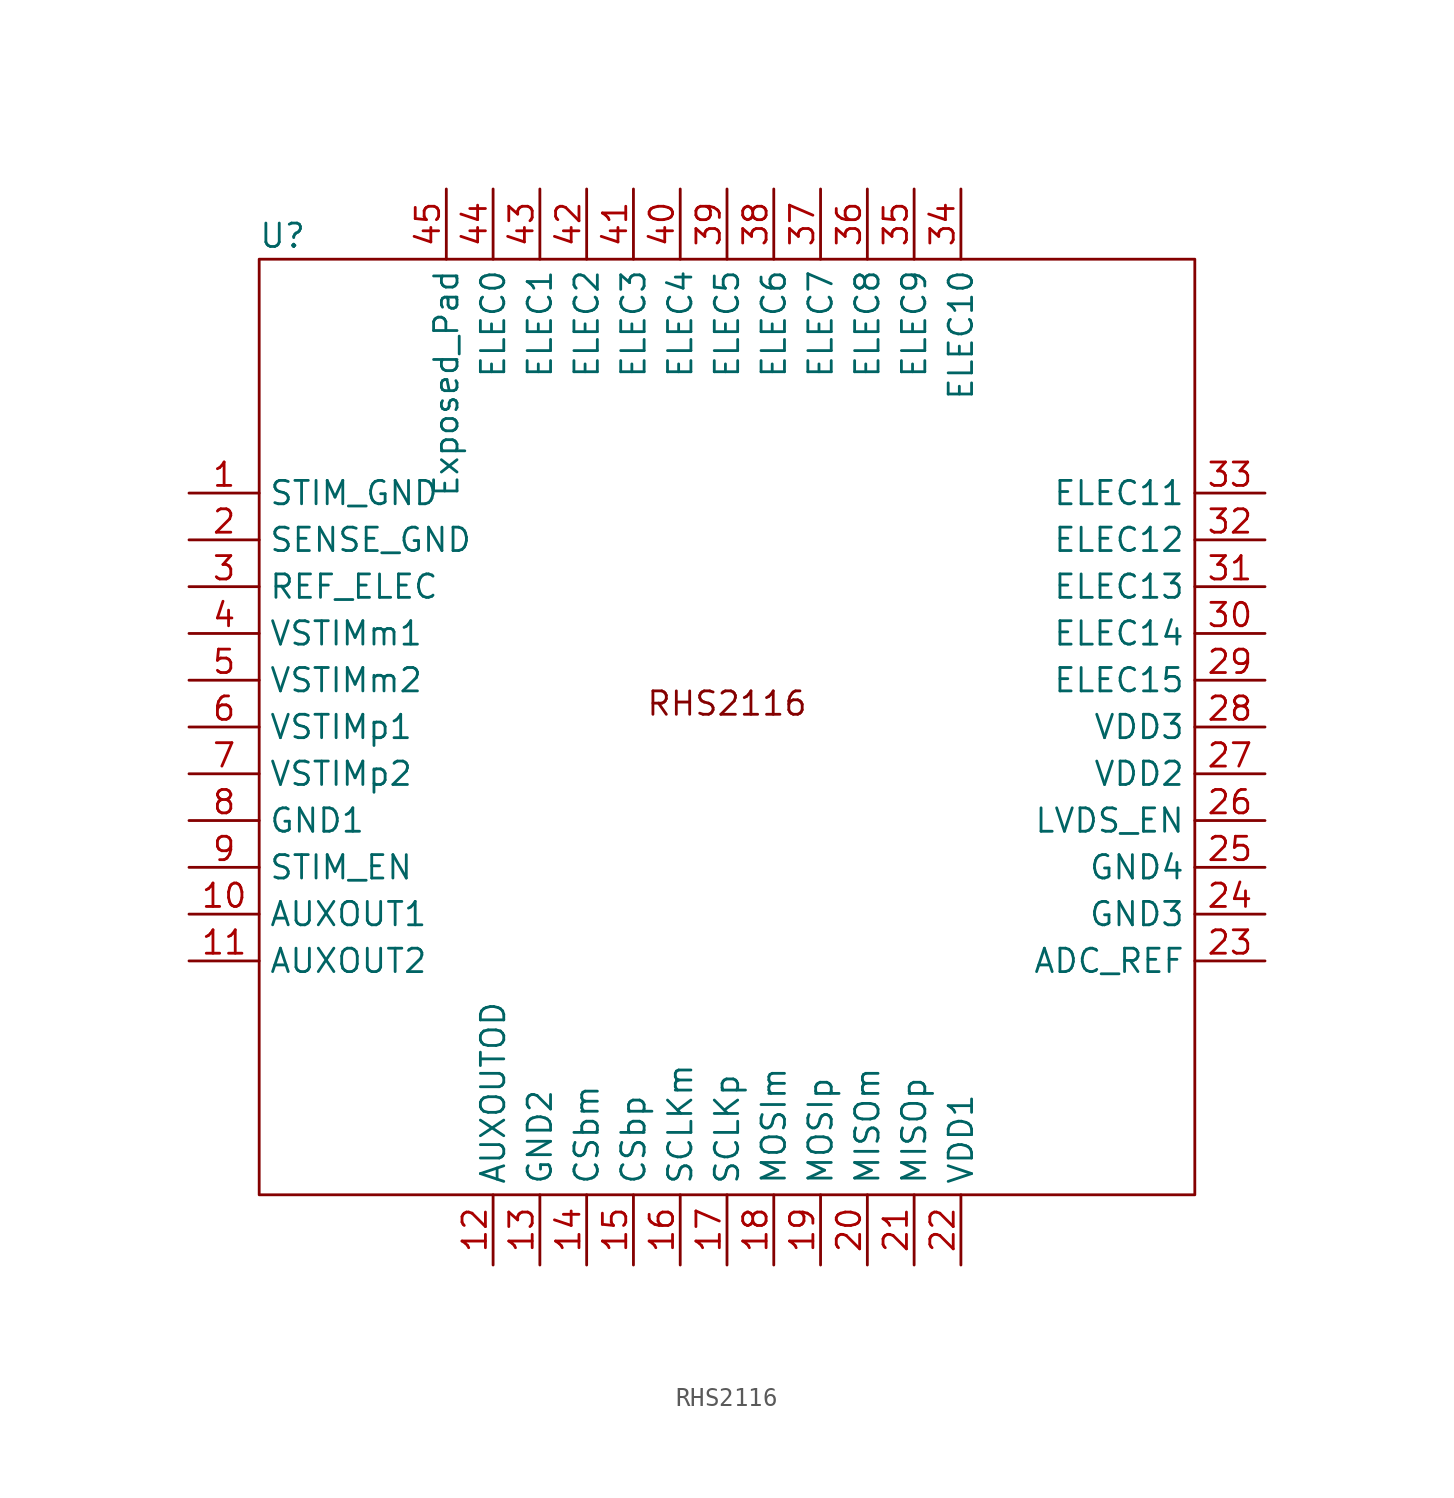
<source format=kicad_sym>
(kicad_symbol_lib
  (version 20231120)
  (generator "kicad_symbol_editor")
  (generator_version "8.0")
  (symbol "RHS2116"
    (property "Reference" "U"
      (at 1.27 13.97 0)
      (effects (font (size 1.27 1.27))))
    (property "Value" ""
      (at 0 0 0)
      (effects (font (size 1.27 1.27))))
    (symbol "RHS2116_0_1"
      (rectangle (start 0 12.7) (end 50.8 -38.1) (stroke (width 0) (type default)) (fill (type none))))
    (symbol "RHS2116_1_1"
      (text "RHS2116" (at 25.4 -11.43 0) (effects (font (size 1.27 1.27))))
      (pin power_in line (at -3.81 0 0) (length 3.81) (name "STIM_GND" (effects (font (size 1.27 1.27)))) (number "1" (effects (font (size 1.27 1.27)))))
      (pin output line (at -3.81 -22.86 0) (length 3.81) (name "AUXOUT1" (effects (font (size 1.27 1.27)))) (number "10" (effects (font (size 1.27 1.27)))))
      (pin output line (at -3.81 -25.4 0) (length 3.81) (name "AUXOUT2" (effects (font (size 1.27 1.27)))) (number "11" (effects (font (size 1.27 1.27)))))
      (pin output line (at 12.7 -41.91 90) (length 3.81) (name "AUXOUTOD" (effects (font (size 1.27 1.27)))) (number "12" (effects (font (size 1.27 1.27)))))
      (pin power_in line (at 15.24 -41.91 90) (length 3.81) (name "GND2" (effects (font (size 1.27 1.27)))) (number "13" (effects (font (size 1.27 1.27)))))
      (pin input line (at 17.78 -41.91 90) (length 3.81) (name "CSbm" (effects (font (size 1.27 1.27)))) (number "14" (effects (font (size 1.27 1.27)))))
      (pin input line (at 20.32 -41.91 90) (length 3.81) (name "CSbp" (effects (font (size 1.27 1.27)))) (number "15" (effects (font (size 1.27 1.27)))))
      (pin input line (at 22.86 -41.91 90) (length 3.81) (name "SCLKm" (effects (font (size 1.27 1.27)))) (number "16" (effects (font (size 1.27 1.27)))))
      (pin input line (at 25.4 -41.91 90) (length 3.81) (name "SCLKp" (effects (font (size 1.27 1.27)))) (number "17" (effects (font (size 1.27 1.27)))))
      (pin input line (at 27.94 -41.91 90) (length 3.81) (name "MOSIm" (effects (font (size 1.27 1.27)))) (number "18" (effects (font (size 1.27 1.27)))))
      (pin input line (at 30.48 -41.91 90) (length 3.81) (name "MOSIp" (effects (font (size 1.27 1.27)))) (number "19" (effects (font (size 1.27 1.27)))))
      (pin power_in line (at -3.81 -2.54 0) (length 3.81) (name "SENSE_GND" (effects (font (size 1.27 1.27)))) (number "2" (effects (font (size 1.27 1.27)))))
      (pin output line (at 33.02 -41.91 90) (length 3.81) (name "MISOm" (effects (font (size 1.27 1.27)))) (number "20" (effects (font (size 1.27 1.27)))))
      (pin output line (at 35.56 -41.91 90) (length 3.81) (name "MISOp" (effects (font (size 1.27 1.27)))) (number "21" (effects (font (size 1.27 1.27)))))
      (pin power_in line (at 38.1 -41.91 90) (length 3.81) (name "VDD1" (effects (font (size 1.27 1.27)))) (number "22" (effects (font (size 1.27 1.27)))))
      (pin input line (at 54.61 -25.4 180) (length 3.81) (name "ADC_REF" (effects (font (size 1.27 1.27)))) (number "23" (effects (font (size 1.27 1.27)))))
      (pin power_in line (at 54.61 -22.86 180) (length 3.81) (name "GND3" (effects (font (size 1.27 1.27)))) (number "24" (effects (font (size 1.27 1.27)))))
      (pin power_in line (at 54.61 -20.32 180) (length 3.81) (name "GND4" (effects (font (size 1.27 1.27)))) (number "25" (effects (font (size 1.27 1.27)))))
      (pin input line (at 54.61 -17.78 180) (length 3.81) (name "LVDS_EN" (effects (font (size 1.27 1.27)))) (number "26" (effects (font (size 1.27 1.27)))))
      (pin power_in line (at 54.61 -15.24 180) (length 3.81) (name "VDD2" (effects (font (size 1.27 1.27)))) (number "27" (effects (font (size 1.27 1.27)))))
      (pin power_in line (at 54.61 -12.7 180) (length 3.81) (name "VDD3" (effects (font (size 1.27 1.27)))) (number "28" (effects (font (size 1.27 1.27)))))
      (pin input line (at 54.61 -10.16 180) (length 3.81) (name "ELEC15" (effects (font (size 1.27 1.27)))) (number "29" (effects (font (size 1.27 1.27)))))
      (pin input line (at -3.81 -5.08 0) (length 3.81) (name "REF_ELEC" (effects (font (size 1.27 1.27)))) (number "3" (effects (font (size 1.27 1.27)))))
      (pin input line (at 54.61 -7.62 180) (length 3.81) (name "ELEC14" (effects (font (size 1.27 1.27)))) (number "30" (effects (font (size 1.27 1.27)))))
      (pin input line (at 54.61 -5.08 180) (length 3.81) (name "ELEC13" (effects (font (size 1.27 1.27)))) (number "31" (effects (font (size 1.27 1.27)))))
      (pin input line (at 54.61 -2.54 180) (length 3.81) (name "ELEC12" (effects (font (size 1.27 1.27)))) (number "32" (effects (font (size 1.27 1.27)))))
      (pin input line (at 54.61 0 180) (length 3.81) (name "ELEC11" (effects (font (size 1.27 1.27)))) (number "33" (effects (font (size 1.27 1.27)))))
      (pin input line (at 38.1 16.51 270) (length 3.81) (name "ELEC10" (effects (font (size 1.27 1.27)))) (number "34" (effects (font (size 1.27 1.27)))))
      (pin input line (at 35.56 16.51 270) (length 3.81) (name "ELEC9" (effects (font (size 1.27 1.27)))) (number "35" (effects (font (size 1.27 1.27)))))
      (pin input line (at 33.02 16.51 270) (length 3.81) (name "ELEC8" (effects (font (size 1.27 1.27)))) (number "36" (effects (font (size 1.27 1.27)))))
      (pin input line (at 30.48 16.51 270) (length 3.81) (name "ELEC7" (effects (font (size 1.27 1.27)))) (number "37" (effects (font (size 1.27 1.27)))))
      (pin input line (at 27.94 16.51 270) (length 3.81) (name "ELEC6" (effects (font (size 1.27 1.27)))) (number "38" (effects (font (size 1.27 1.27)))))
      (pin input line (at 25.4 16.51 270) (length 3.81) (name "ELEC5" (effects (font (size 1.27 1.27)))) (number "39" (effects (font (size 1.27 1.27)))))
      (pin power_in line (at -3.81 -7.62 0) (length 3.81) (name "VSTIMm1" (effects (font (size 1.27 1.27)))) (number "4" (effects (font (size 1.27 1.27)))))
      (pin input line (at 22.86 16.51 270) (length 3.81) (name "ELEC4" (effects (font (size 1.27 1.27)))) (number "40" (effects (font (size 1.27 1.27)))))
      (pin input line (at 20.32 16.51 270) (length 3.81) (name "ELEC3" (effects (font (size 1.27 1.27)))) (number "41" (effects (font (size 1.27 1.27)))))
      (pin input line (at 17.78 16.51 270) (length 3.81) (name "ELEC2" (effects (font (size 1.27 1.27)))) (number "42" (effects (font (size 1.27 1.27)))))
      (pin input line (at 15.24 16.51 270) (length 3.81) (name "ELEC1" (effects (font (size 1.27 1.27)))) (number "43" (effects (font (size 1.27 1.27)))))
      (pin input line (at 12.7 16.51 270) (length 3.81) (name "ELEC0" (effects (font (size 1.27 1.27)))) (number "44" (effects (font (size 1.27 1.27)))))
      (pin power_in line (at 10.16 16.51 270) (length 3.81) (name "Exposed_Pad" (effects (font (size 1.27 1.27)))) (number "45" (effects (font (size 1.27 1.27)))))
      (pin power_in line (at -3.81 -10.16 0) (length 3.81) (name "VSTIMm2" (effects (font (size 1.27 1.27)))) (number "5" (effects (font (size 1.27 1.27)))))
      (pin power_in line (at -3.81 -12.7 0) (length 3.81) (name "VSTIMp1" (effects (font (size 1.27 1.27)))) (number "6" (effects (font (size 1.27 1.27)))))
      (pin power_in line (at -3.81 -15.24 0) (length 3.81) (name "VSTIMp2" (effects (font (size 1.27 1.27)))) (number "7" (effects (font (size 1.27 1.27)))))
      (pin power_in line (at -3.81 -17.78 0) (length 3.81) (name "GND1" (effects (font (size 1.27 1.27)))) (number "8" (effects (font (size 1.27 1.27)))))
      (pin input line (at -3.81 -20.32 0) (length 3.81) (name "STIM_EN" (effects (font (size 1.27 1.27)))) (number "9" (effects (font (size 1.27 1.27))))))))
</source>
